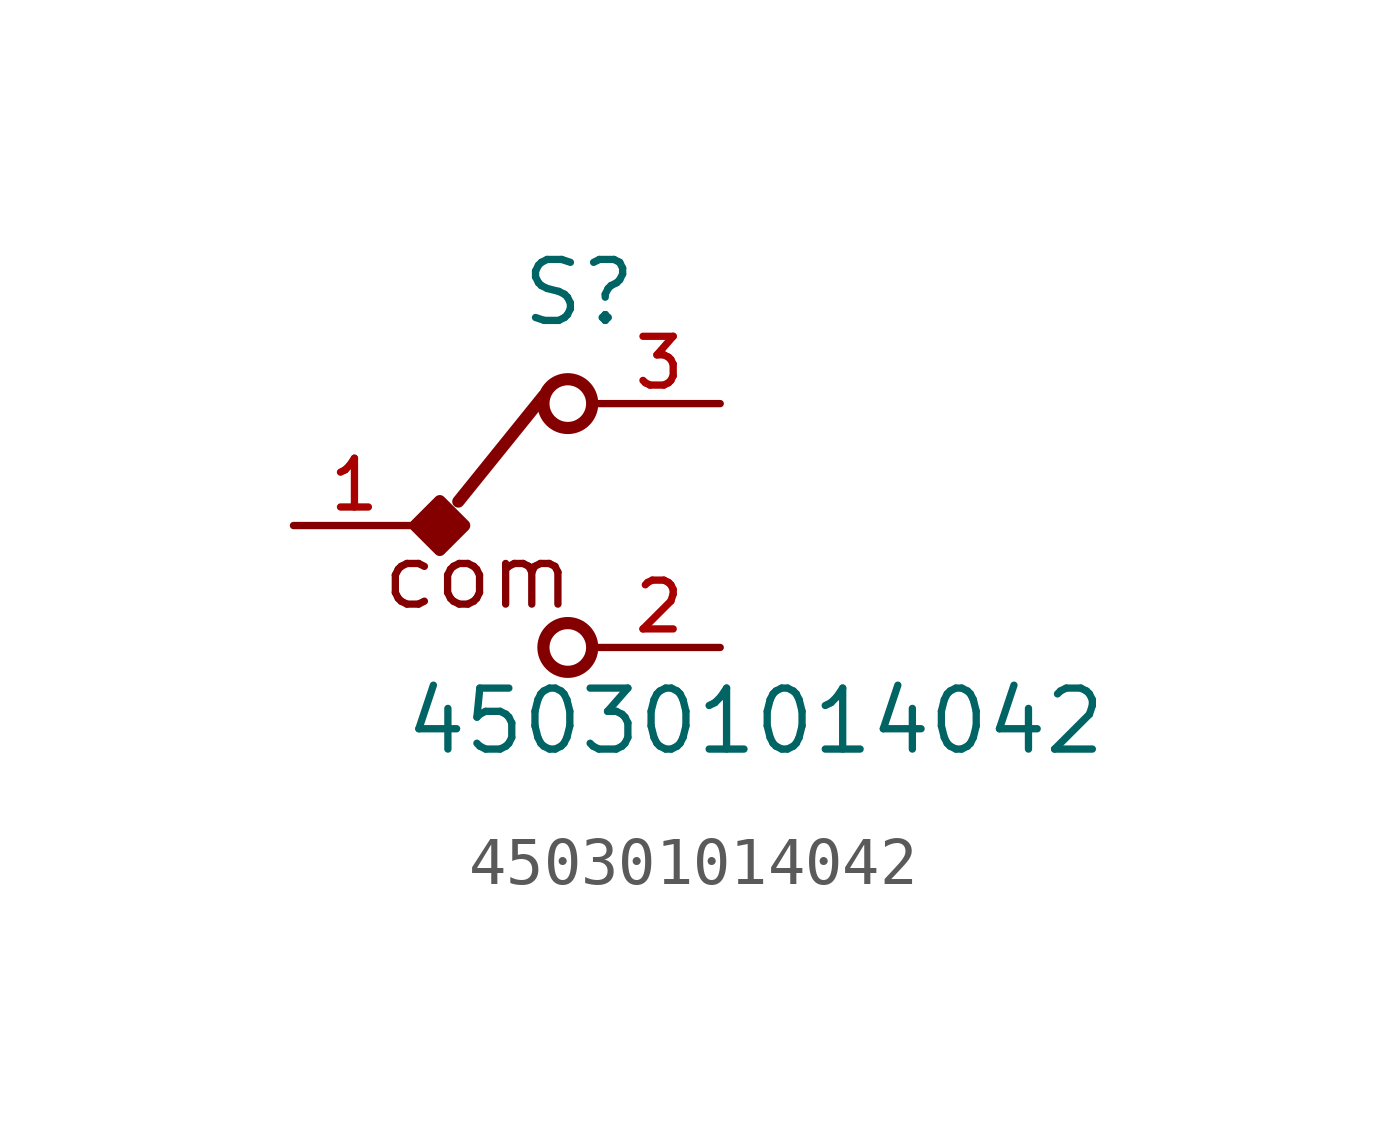
<source format=kicad_sym>
(kicad_symbol_lib
  (version 20211014)
  (generator kicad_symbol_editor)
  (symbol "450301014042"
    (pin_names
      (offset 1.016))
    (property "Reference" "S"
      (at 2.14 4.11 0)
      (effects (font (size 1.27 1.27)) (justify bottom)))
    (property "Value" "450301014042"
      (at -1.54 -4.82 0)
      (effects (font (size 1.27 1.27)) (justify bottom left)))
    (symbol "450301014042_0_0"
      (text "com" (at -2.03 -1.8 0) (effects (font (size 1.27 1.27)) (justify bottom left)))
      (circle (center 1.905 -2.54) (radius 0.508) (stroke (width 0.254)) (fill (type none)))
      (circle (center 1.905 2.54) (radius 0.508) (stroke (width 0.254)) (fill (type none)))
      (polyline (pts (xy -0.376 0.5) (xy 1.4 2.7)) (stroke (width 0.254)))
      (polyline (pts (xy -0.762 -0.508) (xy -1.27 0.0) (xy -0.762 0.508) (xy -0.254 0.0) (xy -0.762 -0.508)) (stroke (width 0.254)) (fill (type outline)))
      (pin passive line (at -3.81 0.0 0) (length 2.54) (name "~" (effects (font (size 1.016 1.016)))) (number "1" (effects (font (size 1.016 1.016)))))
      (pin passive line (at 5.08 2.54 180.0) (length 2.54) (name "~" (effects (font (size 1.016 1.016)))) (number "3" (effects (font (size 1.016 1.016)))))
      (pin passive line (at 5.08 -2.54 180.0) (length 2.54) (name "~" (effects (font (size 1.016 1.016)))) (number "2" (effects (font (size 1.016 1.016))))))))
</source>
